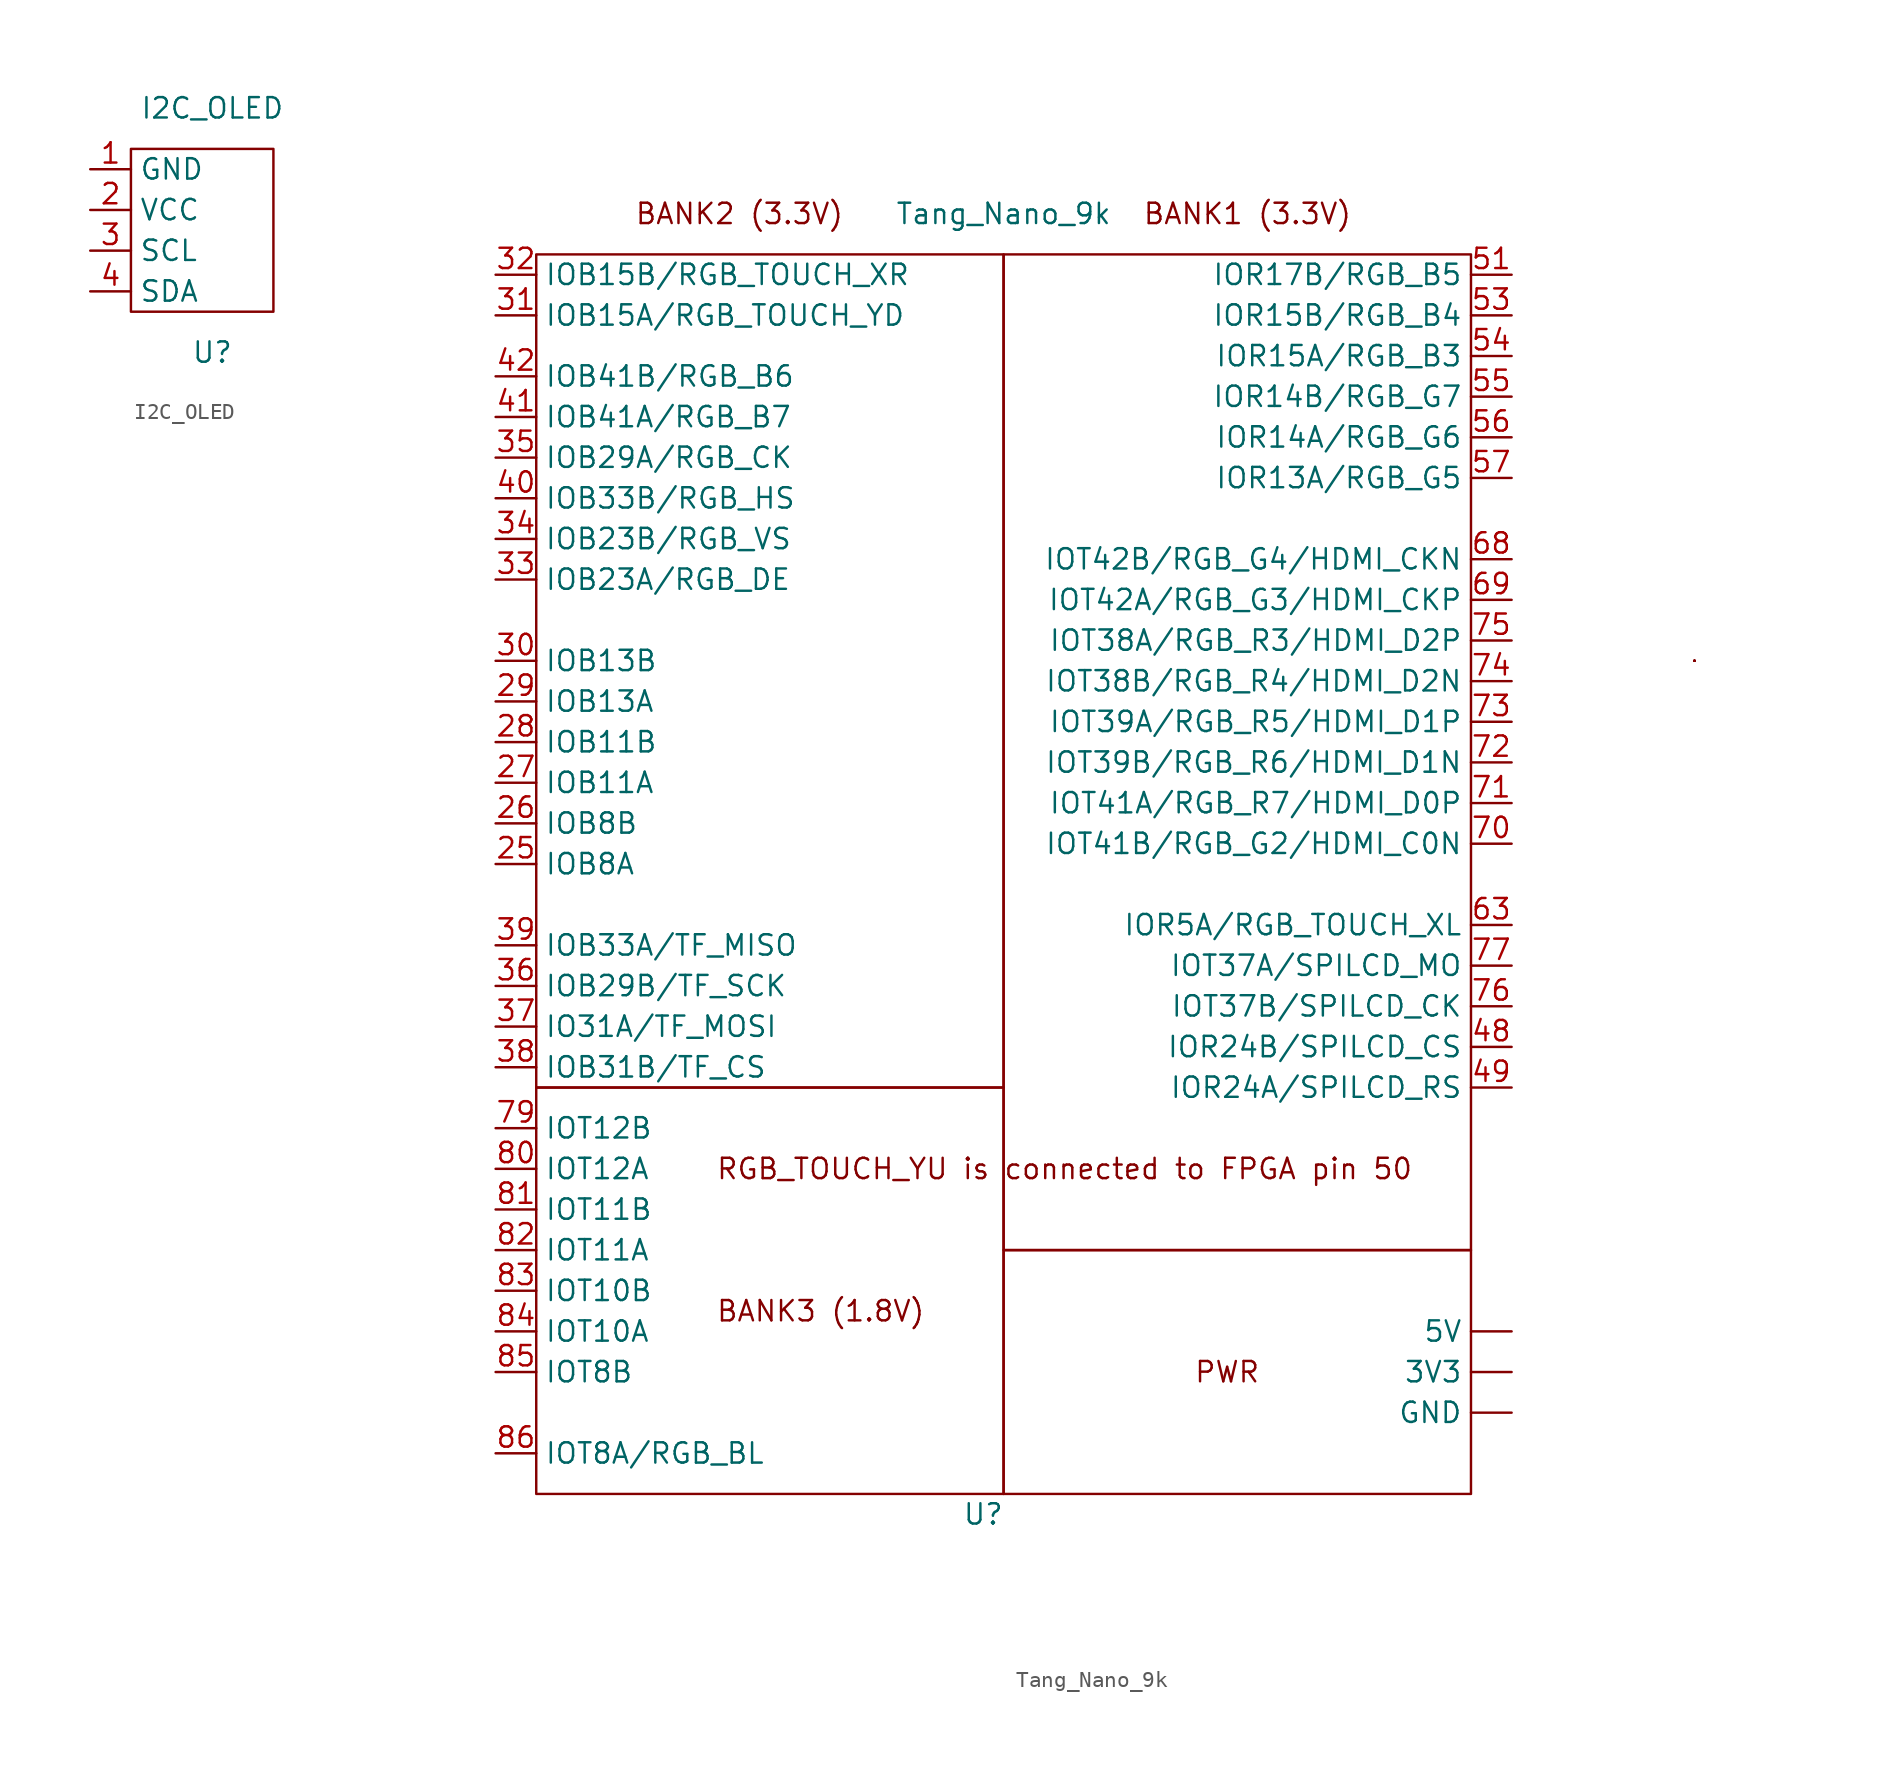
<source format=kicad_sym>
(kicad_symbol_lib
  (version 20220914)
  (generator kicad_symbol_editor)
  (symbol "I2C_OLED"
    (property "Reference" "U"
      (at 0 0 0)
      (effects (font (size 1.27 1.27))))
    (property "Value" "I2C_OLED"
      (at 0 15.24 0)
      (effects (font (size 1.27 1.27))))
    (symbol "I2C_OLED_0_1"
      (rectangle (start -5.08 12.7) (end 3.81 2.54) (stroke (width 0) (type default)) (fill (type none))))
    (symbol "I2C_OLED_1_1"
      (pin power_in line (at -7.62 11.43 0) (length 2.54) (name "GND" (effects (font (size 1.27 1.27)))) (number "1" (effects (font (size 1.27 1.27)))))
      (pin power_in line (at -7.62 8.89 0) (length 2.54) (name "VCC" (effects (font (size 1.27 1.27)))) (number "2" (effects (font (size 1.27 1.27)))))
      (pin bidirectional line (at -7.62 6.35 0) (length 2.54) (name "SCL" (effects (font (size 1.27 1.27)))) (number "3" (effects (font (size 1.27 1.27)))))
      (pin bidirectional line (at -7.62 3.81 0) (length 2.54) (name "SDA" (effects (font (size 1.27 1.27)))) (number "4" (effects (font (size 1.27 1.27)))))))
  (symbol "Tang_Nano_9k"
    (property "Reference" "U"
      (at -1.27 -45.72 0)
      (effects (font (size 1.27 1.27))))
    (property "Value" "Tang_Nano_9k"
      (at 0 35.56 0)
      (effects (font (size 1.27 1.27))))
    (symbol "Tang_Nano_9k_0_0"
      (rectangle (start 43.18 7.62) (end 43.18 7.62) (stroke (width 0) (type default)) (fill (type none)))
      (rectangle (start 43.18 7.62) (end 43.18 7.62) (stroke (width 0) (type default)) (fill (type none)))
      (rectangle (start 43.18 7.62) (end 43.18 7.62) (stroke (width 0) (type default)) (fill (type none)))
      (rectangle (start 43.18 7.62) (end 43.18 7.62) (stroke (width 0) (type default)) (fill (type none)))
      (rectangle (start 43.18 7.62) (end 43.18 7.62) (stroke (width 0) (type default)) (fill (type none)))
      (rectangle (start 43.18 7.62) (end 43.18 7.62) (stroke (width 0) (type default)) (fill (type none)))
      (rectangle (start 43.18 7.62) (end 43.18 7.62) (stroke (width 0) (type default)) (fill (type none)))
      (rectangle (start 43.18 7.62) (end 43.18 7.62) (stroke (width 0) (type default)) (fill (type none)))
      (rectangle (start 43.18 7.62) (end 43.18 7.62) (stroke (width 0) (type default)) (fill (type none)))
      (rectangle (start 43.18 7.62) (end 43.18 7.62) (stroke (width 0) (type default)) (fill (type none)))
      (text "BANK1 (3.3V)" (at 15.24 35.56 0) (effects (font (size 1.27 1.27))))
      (text "BANK2 (3.3V)" (at -16.51 35.56 0) (effects (font (size 1.27 1.27))))
      (text "BANK3 (1.8V)" (at -11.43 -33.02 0) (effects (font (size 1.27 1.27))))
      (text "PWR" (at 13.97 -36.83 0) (effects (font (size 1.27 1.27))))
      (text "RGB_TOUCH_YU is connected to FPGA pin 50" (at 3.81 -24.13 0) (effects (font (size 1.27 1.27)))))
    (symbol "Tang_Nano_9k_0_1"
      (rectangle (start -29.21 33.02) (end 0 -19.05) (stroke (width 0) (type default)) (fill (type none)))
      (rectangle (start 0 -44.45) (end -29.21 -19.05) (stroke (width 0) (type default)) (fill (type none)))
      (rectangle (start 0 -29.21) (end 29.21 -44.45) (stroke (width 0) (type default)) (fill (type none)))
      (rectangle (start 0 33.02) (end 29.21 -29.21) (stroke (width 0) (type default)) (fill (type none))))
    (symbol "Tang_Nano_9k_1_1"
      (pin power_out line (at 31.75 -36.83 180) (length 2.54) (name "3V3" (effects (font (size 1.27 1.27)))) (number "" (effects (font (size 1.27 1.27)))))
      (pin power_out line (at 31.75 -34.29 180) (length 2.54) (name "5V" (effects (font (size 1.27 1.27)))) (number "" (effects (font (size 1.27 1.27)))))
      (pin power_in line (at 31.75 -39.37 180) (length 2.54) (name "GND" (effects (font (size 1.27 1.27)))) (number "" (effects (font (size 1.27 1.27)))))
      (pin bidirectional line (at -31.75 -5.08 0) (length 2.54) (name "IOB8A" (effects (font (size 1.27 1.27)))) (number "25" (effects (font (size 1.27 1.27)))))
      (pin bidirectional line (at -31.75 -2.54 0) (length 2.54) (name "IOB8B" (effects (font (size 1.27 1.27)))) (number "26" (effects (font (size 1.27 1.27)))))
      (pin bidirectional line (at -31.75 0 0) (length 2.54) (name "IOB11A" (effects (font (size 1.27 1.27)))) (number "27" (effects (font (size 1.27 1.27)))))
      (pin bidirectional line (at -31.75 2.54 0) (length 2.54) (name "IOB11B" (effects (font (size 1.27 1.27)))) (number "28" (effects (font (size 1.27 1.27)))))
      (pin bidirectional line (at -31.75 5.08 0) (length 2.54) (name "IOB13A" (effects (font (size 1.27 1.27)))) (number "29" (effects (font (size 1.27 1.27)))))
      (pin bidirectional line (at -31.75 7.62 0) (length 2.54) (name "IOB13B" (effects (font (size 1.27 1.27)))) (number "30" (effects (font (size 1.27 1.27)))))
      (pin bidirectional line (at -31.75 29.21 0) (length 2.54) (name "IOB15A/RGB_TOUCH_YD" (effects (font (size 1.27 1.27)))) (number "31" (effects (font (size 1.27 1.27)))))
      (pin bidirectional line (at -31.75 31.75 0) (length 2.54) (name "IOB15B/RGB_TOUCH_XR" (effects (font (size 1.27 1.27)))) (number "32" (effects (font (size 1.27 1.27)))))
      (pin bidirectional line (at -31.75 12.7 0) (length 2.54) (name "IOB23A/RGB_DE" (effects (font (size 1.27 1.27)))) (number "33" (effects (font (size 1.27 1.27)))))
      (pin bidirectional line (at -31.75 15.24 0) (length 2.54) (name "IOB23B/RGB_VS" (effects (font (size 1.27 1.27)))) (number "34" (effects (font (size 1.27 1.27)))))
      (pin bidirectional line (at -31.75 20.32 0) (length 2.54) (name "IOB29A/RGB_CK" (effects (font (size 1.27 1.27)))) (number "35" (effects (font (size 1.27 1.27)))))
      (pin bidirectional line (at -31.75 -12.7 0) (length 2.54) (name "IOB29B/TF_SCK" (effects (font (size 1.27 1.27)))) (number "36" (effects (font (size 1.27 1.27)))))
      (pin bidirectional line (at -31.75 -15.24 0) (length 2.54) (name "IO31A/TF_MOSI" (effects (font (size 1.27 1.27)))) (number "37" (effects (font (size 1.27 1.27)))))
      (pin bidirectional line (at -31.75 -17.78 0) (length 2.54) (name "IOB31B/TF_CS" (effects (font (size 1.27 1.27)))) (number "38" (effects (font (size 1.27 1.27)))))
      (pin bidirectional line (at -31.75 -10.16 0) (length 2.54) (name "IOB33A/TF_MISO" (effects (font (size 1.27 1.27)))) (number "39" (effects (font (size 1.27 1.27)))))
      (pin bidirectional line (at -31.75 17.78 0) (length 2.54) (name "IOB33B/RGB_HS" (effects (font (size 1.27 1.27)))) (number "40" (effects (font (size 1.27 1.27)))))
      (pin bidirectional line (at -31.75 22.86 0) (length 2.54) (name "IOB41A/RGB_B7" (effects (font (size 1.27 1.27)))) (number "41" (effects (font (size 1.27 1.27)))))
      (pin bidirectional line (at -31.75 25.4 0) (length 2.54) (name "IOB41B/RGB_B6" (effects (font (size 1.27 1.27)))) (number "42" (effects (font (size 1.27 1.27)))))
      (pin bidirectional line (at 31.75 -16.51 180) (length 2.54) (name "IOR24B/SPILCD_CS" (effects (font (size 1.27 1.27)))) (number "48" (effects (font (size 1.27 1.27)))))
      (pin bidirectional line (at 31.75 -19.05 180) (length 2.54) (name "IOR24A/SPILCD_RS" (effects (font (size 1.27 1.27)))) (number "49" (effects (font (size 1.27 1.27)))))
      (pin bidirectional line (at 31.75 31.75 180) (length 2.54) (name "IOR17B/RGB_B5" (effects (font (size 1.27 1.27)))) (number "51" (effects (font (size 1.27 1.27)))))
      (pin bidirectional line (at 31.75 29.21 180) (length 2.54) (name "IOR15B/RGB_B4" (effects (font (size 1.27 1.27)))) (number "53" (effects (font (size 1.27 1.27)))))
      (pin bidirectional line (at 31.75 26.67 180) (length 2.54) (name "IOR15A/RGB_B3" (effects (font (size 1.27 1.27)))) (number "54" (effects (font (size 1.27 1.27)))))
      (pin bidirectional line (at 31.75 24.13 180) (length 2.54) (name "IOR14B/RGB_G7" (effects (font (size 1.27 1.27)))) (number "55" (effects (font (size 1.27 1.27)))))
      (pin bidirectional line (at 31.75 21.59 180) (length 2.54) (name "IOR14A/RGB_G6" (effects (font (size 1.27 1.27)))) (number "56" (effects (font (size 1.27 1.27)))))
      (pin bidirectional line (at 31.75 19.05 180) (length 2.54) (name "IOR13A/RGB_G5" (effects (font (size 1.27 1.27)))) (number "57" (effects (font (size 1.27 1.27)))))
      (pin bidirectional line (at 31.75 -8.89 180) (length 2.54) (name "IOR5A/RGB_TOUCH_XL" (effects (font (size 1.27 1.27)))) (number "63" (effects (font (size 1.27 1.27)))))
      (pin bidirectional line (at 31.75 13.97 180) (length 2.54) (name "IOT42B/RGB_G4/HDMI_CKN" (effects (font (size 1.27 1.27)))) (number "68" (effects (font (size 1.27 1.27)))))
      (pin bidirectional line (at 31.75 11.43 180) (length 2.54) (name "IOT42A/RGB_G3/HDMI_CKP" (effects (font (size 1.27 1.27)))) (number "69" (effects (font (size 1.27 1.27)))))
      (pin bidirectional line (at 31.75 -3.81 180) (length 2.54) (name "IOT41B/RGB_G2/HDMI_C0N" (effects (font (size 1.27 1.27)))) (number "70" (effects (font (size 1.27 1.27)))))
      (pin bidirectional line (at 31.75 -1.27 180) (length 2.54) (name "IOT41A/RGB_R7/HDMI_D0P" (effects (font (size 1.27 1.27)))) (number "71" (effects (font (size 1.27 1.27)))))
      (pin bidirectional line (at 31.75 1.27 180) (length 2.54) (name "IOT39B/RGB_R6/HDMI_D1N" (effects (font (size 1.27 1.27)))) (number "72" (effects (font (size 1.27 1.27)))))
      (pin bidirectional line (at 31.75 3.81 180) (length 2.54) (name "IOT39A/RGB_R5/HDMI_D1P" (effects (font (size 1.27 1.27)))) (number "73" (effects (font (size 1.27 1.27)))))
      (pin bidirectional line (at 31.75 6.35 180) (length 2.54) (name "IOT38B/RGB_R4/HDMI_D2N" (effects (font (size 1.27 1.27)))) (number "74" (effects (font (size 1.27 1.27)))))
      (pin bidirectional line (at 31.75 8.89 180) (length 2.54) (name "IOT38A/RGB_R3/HDMI_D2P" (effects (font (size 1.27 1.27)))) (number "75" (effects (font (size 1.27 1.27)))))
      (pin bidirectional line (at 31.75 -13.97 180) (length 2.54) (name "IOT37B/SPILCD_CK" (effects (font (size 1.27 1.27)))) (number "76" (effects (font (size 1.27 1.27)))))
      (pin bidirectional line (at 31.75 -11.43 180) (length 2.54) (name "IOT37A/SPILCD_MO" (effects (font (size 1.27 1.27)))) (number "77" (effects (font (size 1.27 1.27)))))
      (pin bidirectional line (at -31.75 -21.59 0) (length 2.54) (name "IOT12B" (effects (font (size 1.27 1.27)))) (number "79" (effects (font (size 1.27 1.27)))))
      (pin bidirectional line (at -31.75 -24.13 0) (length 2.54) (name "IOT12A" (effects (font (size 1.27 1.27)))) (number "80" (effects (font (size 1.27 1.27)))))
      (pin bidirectional line (at -31.75 -26.67 0) (length 2.54) (name "IOT11B" (effects (font (size 1.27 1.27)))) (number "81" (effects (font (size 1.27 1.27)))))
      (pin bidirectional line (at -31.75 -29.21 0) (length 2.54) (name "IOT11A" (effects (font (size 1.27 1.27)))) (number "82" (effects (font (size 1.27 1.27)))))
      (pin bidirectional line (at -31.75 -31.75 0) (length 2.54) (name "IOT10B" (effects (font (size 1.27 1.27)))) (number "83" (effects (font (size 1.27 1.27)))))
      (pin bidirectional line (at -31.75 -34.29 0) (length 2.54) (name "IOT10A" (effects (font (size 1.27 1.27)))) (number "84" (effects (font (size 1.27 1.27)))))
      (pin bidirectional line (at -31.75 -36.83 0) (length 2.54) (name "IOT8B" (effects (font (size 1.27 1.27)))) (number "85" (effects (font (size 1.27 1.27)))))
      (pin bidirectional line (at -31.75 -41.91 0) (length 2.54) (name "IOT8A/RGB_BL" (effects (font (size 1.27 1.27)))) (number "86" (effects (font (size 1.27 1.27))))))))
</source>
